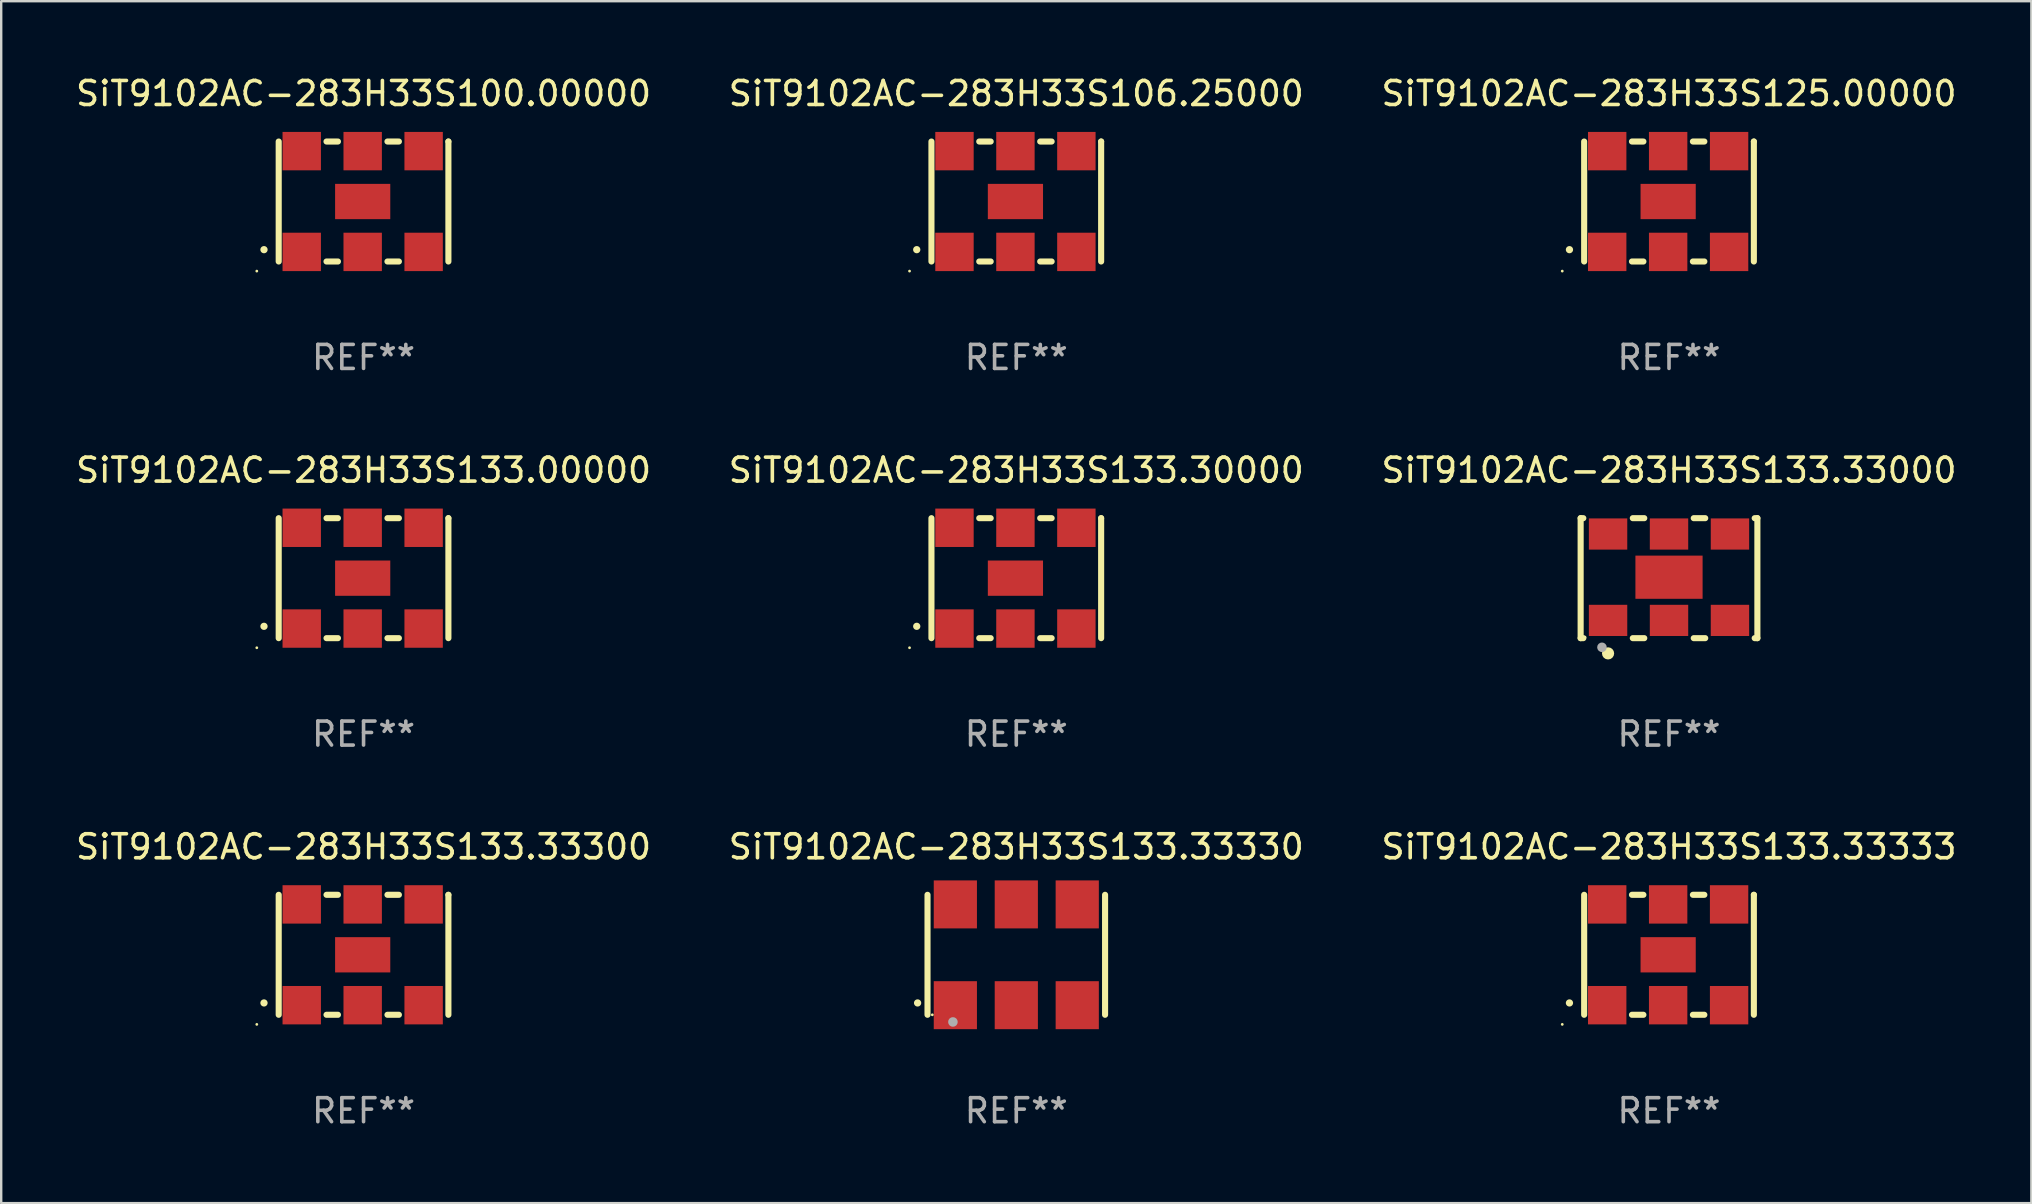
<source format=kicad_pcb>
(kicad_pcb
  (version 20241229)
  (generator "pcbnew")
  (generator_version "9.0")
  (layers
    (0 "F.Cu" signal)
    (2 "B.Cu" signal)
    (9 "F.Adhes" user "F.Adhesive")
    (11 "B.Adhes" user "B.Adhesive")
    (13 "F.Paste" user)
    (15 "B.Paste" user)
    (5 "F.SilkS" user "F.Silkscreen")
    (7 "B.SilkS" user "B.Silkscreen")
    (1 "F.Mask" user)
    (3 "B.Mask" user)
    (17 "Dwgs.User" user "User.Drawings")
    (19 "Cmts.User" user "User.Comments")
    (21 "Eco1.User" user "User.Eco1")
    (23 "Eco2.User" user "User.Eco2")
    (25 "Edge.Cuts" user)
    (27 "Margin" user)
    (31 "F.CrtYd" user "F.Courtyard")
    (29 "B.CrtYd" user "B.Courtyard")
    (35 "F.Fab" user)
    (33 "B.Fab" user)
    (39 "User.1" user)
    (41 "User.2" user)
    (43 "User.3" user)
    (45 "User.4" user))
  (footprint "SiT9102AC-283H33S133.00000"
    (layer "F.Cu")
    (at 12.101 21.045)
    (property "Reference" "SiT9102AC-283H33S133.00000" (at 0 -4.5 0) (layer "F.SilkS") (effects (font (size 1 1) (thickness 0.15))))
    (attr through_hole)
    (fp_line (start -3.536 -2.5) (end -3.536 2.5) (stroke (width 0.254) (type solid)) (layer "F.SilkS"))
    (fp_line (start -1.544 2.5) (end -1.067 2.5) (stroke (width 0.254) (type solid)) (layer "F.SilkS"))
    (fp_line (start -1.067 -2.5) (end -1.544 -2.5) (stroke (width 0.254) (type solid)) (layer "F.SilkS"))
    (fp_line (start 0.996 2.5) (end 1.473 2.5) (stroke (width 0.254) (type solid)) (layer "F.SilkS"))
    (fp_line (start 1.473 -2.5) (end 0.996 -2.5) (stroke (width 0.254) (type solid)) (layer "F.SilkS"))
    (fp_line (start 3.536 -2.5) (end 3.536 -2.5) (stroke (width 0.254) (type solid)) (layer "F.SilkS"))
    (fp_line (start 3.536 2.5) (end 3.536 -2.5) (stroke (width 0.254) (type solid)) (layer "F.SilkS"))
    (fp_arc (start -4.150432 2.006604) (mid -4.149162 2.006599) (end -4.147892 2.006604) (stroke (width 0.3) (type solid)) (layer "F.SilkS"))
    (fp_circle (center -4.449 2.9) (end -4.419 2.9) (stroke (width 0.06) (type solid)) (fill no) (layer "F.SilkS"))
    (fp_text user "REF**" (at 0 6.5 0) (layer "F.Fab") (effects (font (size 1 1) (thickness 0.15))))
    (pad "1" smd rect (at -2.576 2.1) (size 1.6 1.6) (layers "F.Cu" "F.Mask" "F.Paste"))
    (pad "2" smd rect (at -0.036 2.1) (size 1.6 1.6) (layers "F.Cu" "F.Mask" "F.Paste"))
    (pad "3" smd rect (at 2.504 2.1) (size 1.6 1.6) (layers "F.Cu" "F.Mask" "F.Paste"))
    (pad "4" smd rect (at 2.504 -2.1) (size 1.6 1.6) (layers "F.Cu" "F.Mask" "F.Paste"))
    (pad "5" smd rect (at -0.036 -2.1) (size 1.6 1.6) (layers "F.Cu" "F.Mask" "F.Paste"))
    (pad "6" smd rect (at -2.576 -2.1) (size 1.6 1.6) (layers "F.Cu" "F.Mask" "F.Paste"))
    (pad "7" smd rect (at -0.036 0) (size 2.3 1.47) (layers "F.Cu" "F.Mask" "F.Paste")))
  (footprint "SiT9102AC-283H33S133.33330"
    (layer "F.Cu")
    (at 39.304 36.741)
    (property "Reference" "SiT9102AC-283H33S133.33330" (at 0 -4.5 0) (layer "F.SilkS") (effects (font (size 1 1) (thickness 0.15))))
    (attr through_hole)
    (fp_line (start -3.7 -2.5) (end -3.7 2.5) (stroke (width 0.254) (type solid)) (layer "F.SilkS"))
    (fp_line (start 3.7 -2.5) (end 3.7 2.5) (stroke (width 0.254) (type solid)) (layer "F.SilkS"))
    (fp_arc (start -4.114415 2.006604) (mid -4.113145 2.006599) (end -4.111875 2.006604) (stroke (width 0.3) (type solid)) (layer "F.SilkS"))
    (fp_circle (center -3.5 2.501) (end -3.47 2.501) (stroke (width 0.06) (type solid)) (fill no) (layer "F.SilkS"))
    (fp_circle (center -2.641 2.799) (end -2.541 2.799) (stroke (width 0.2) (type solid)) (fill no) (layer "F.Fab"))
    (fp_text user "REF**" (at 0 6.5 0) (layer "F.Fab") (effects (font (size 1 1) (thickness 0.15))))
    (pad "1" smd rect (at -2.54 2.1) (size 1.8 2) (layers "F.Cu" "F.Mask" "F.Paste"))
    (pad "2" smd rect (at 0.000394 2.1) (size 1.8 2) (layers "F.Cu" "F.Mask" "F.Paste"))
    (pad "3" smd rect (at 2.54 2.1) (size 1.8 2) (layers "F.Cu" "F.Mask" "F.Paste"))
    (pad "4" smd rect (at 2.54 -2.1) (size 1.8 2) (layers "F.Cu" "F.Mask" "F.Paste"))
    (pad "5" smd rect (at 0.000394 -2.1) (size 1.8 2) (layers "F.Cu" "F.Mask" "F.Paste"))
    (pad "6" smd rect (at -2.54 -2.1) (size 1.8 2) (layers "F.Cu" "F.Mask" "F.Paste")))
  (footprint "SiT9102AC-283H33S106.25000"
    (layer "F.Cu")
    (at 39.304 5.348)
    (property "Reference" "SiT9102AC-283H33S106.25000" (at 0 -4.5 0) (layer "F.SilkS") (effects (font (size 1 1) (thickness 0.15))))
    (attr through_hole)
    (fp_line (start -3.536 -2.5) (end -3.536 2.5) (stroke (width 0.254) (type solid)) (layer "F.SilkS"))
    (fp_line (start -1.544 2.5) (end -1.067 2.5) (stroke (width 0.254) (type solid)) (layer "F.SilkS"))
    (fp_line (start -1.067 -2.5) (end -1.544 -2.5) (stroke (width 0.254) (type solid)) (layer "F.SilkS"))
    (fp_line (start 0.996 2.5) (end 1.473 2.5) (stroke (width 0.254) (type solid)) (layer "F.SilkS"))
    (fp_line (start 1.473 -2.5) (end 0.996 -2.5) (stroke (width 0.254) (type solid)) (layer "F.SilkS"))
    (fp_line (start 3.536 -2.5) (end 3.536 -2.5) (stroke (width 0.254) (type solid)) (layer "F.SilkS"))
    (fp_line (start 3.536 2.5) (end 3.536 -2.5) (stroke (width 0.254) (type solid)) (layer "F.SilkS"))
    (fp_arc (start -4.150432 2.006604) (mid -4.149162 2.006599) (end -4.147892 2.006604) (stroke (width 0.3) (type solid)) (layer "F.SilkS"))
    (fp_circle (center -4.449 2.9) (end -4.419 2.9) (stroke (width 0.06) (type solid)) (fill no) (layer "F.SilkS"))
    (fp_text user "REF**" (at 0 6.5 0) (layer "F.Fab") (effects (font (size 1 1) (thickness 0.15))))
    (pad "1" smd rect (at -2.576 2.1) (size 1.6 1.6) (layers "F.Cu" "F.Mask" "F.Paste"))
    (pad "2" smd rect (at -0.036 2.1) (size 1.6 1.6) (layers "F.Cu" "F.Mask" "F.Paste"))
    (pad "3" smd rect (at 2.504 2.1) (size 1.6 1.6) (layers "F.Cu" "F.Mask" "F.Paste"))
    (pad "4" smd rect (at 2.504 -2.1) (size 1.6 1.6) (layers "F.Cu" "F.Mask" "F.Paste"))
    (pad "5" smd rect (at -0.036 -2.1) (size 1.6 1.6) (layers "F.Cu" "F.Mask" "F.Paste"))
    (pad "6" smd rect (at -2.576 -2.1) (size 1.6 1.6) (layers "F.Cu" "F.Mask" "F.Paste"))
    (pad "7" smd rect (at -0.036 0) (size 2.3 1.47) (layers "F.Cu" "F.Mask" "F.Paste")))
  (footprint "SiT9102AC-283H33S133.33300"
    (layer "F.Cu")
    (at 12.101 36.741)
    (property "Reference" "SiT9102AC-283H33S133.33300" (at 0 -4.5 0) (layer "F.SilkS") (effects (font (size 1 1) (thickness 0.15))))
    (attr through_hole)
    (fp_line (start -3.536 -2.5) (end -3.536 2.5) (stroke (width 0.254) (type solid)) (layer "F.SilkS"))
    (fp_line (start -1.544 2.5) (end -1.067 2.5) (stroke (width 0.254) (type solid)) (layer "F.SilkS"))
    (fp_line (start -1.067 -2.5) (end -1.544 -2.5) (stroke (width 0.254) (type solid)) (layer "F.SilkS"))
    (fp_line (start 0.996 2.5) (end 1.473 2.5) (stroke (width 0.254) (type solid)) (layer "F.SilkS"))
    (fp_line (start 1.473 -2.5) (end 0.996 -2.5) (stroke (width 0.254) (type solid)) (layer "F.SilkS"))
    (fp_line (start 3.536 -2.5) (end 3.536 -2.5) (stroke (width 0.254) (type solid)) (layer "F.SilkS"))
    (fp_line (start 3.536 2.5) (end 3.536 -2.5) (stroke (width 0.254) (type solid)) (layer "F.SilkS"))
    (fp_arc (start -4.150432 2.006604) (mid -4.149162 2.006599) (end -4.147892 2.006604) (stroke (width 0.3) (type solid)) (layer "F.SilkS"))
    (fp_circle (center -4.449 2.9) (end -4.419 2.9) (stroke (width 0.06) (type solid)) (fill no) (layer "F.SilkS"))
    (fp_text user "REF**" (at 0 6.5 0) (layer "F.Fab") (effects (font (size 1 1) (thickness 0.15))))
    (pad "1" smd rect (at -2.576 2.1) (size 1.6 1.6) (layers "F.Cu" "F.Mask" "F.Paste"))
    (pad "2" smd rect (at -0.036 2.1) (size 1.6 1.6) (layers "F.Cu" "F.Mask" "F.Paste"))
    (pad "3" smd rect (at 2.504 2.1) (size 1.6 1.6) (layers "F.Cu" "F.Mask" "F.Paste"))
    (pad "4" smd rect (at 2.504 -2.1) (size 1.6 1.6) (layers "F.Cu" "F.Mask" "F.Paste"))
    (pad "5" smd rect (at -0.036 -2.1) (size 1.6 1.6) (layers "F.Cu" "F.Mask" "F.Paste"))
    (pad "6" smd rect (at -2.576 -2.1) (size 1.6 1.6) (layers "F.Cu" "F.Mask" "F.Paste"))
    (pad "7" smd rect (at -0.036 0) (size 2.3 1.47) (layers "F.Cu" "F.Mask" "F.Paste")))
  (footprint "SiT9102AC-283H33S133.33000"
    (layer "F.Cu")
    (at 66.506 21.045)
    (property "Reference" "SiT9102AC-283H33S133.33000" (at 0 -4.5 0) (layer "F.SilkS") (effects (font (size 1 1) (thickness 0.15))))
    (attr through_hole)
    (fp_line (start -3.683 -2.5) (end -3.571 -2.5) (stroke (width 0.254) (type solid)) (layer "F.SilkS"))
    (fp_line (start -3.683 2.5) (end -3.683 -2.5) (stroke (width 0.254) (type solid)) (layer "F.SilkS"))
    (fp_line (start -3.683 2.5) (end -3.571 2.5) (stroke (width 0.254) (type solid)) (layer "F.SilkS"))
    (fp_line (start -1.509 -2.5) (end -1.031 -2.5) (stroke (width 0.254) (type solid)) (layer "F.SilkS"))
    (fp_line (start -1.509 2.5) (end -1.031 2.5) (stroke (width 0.254) (type solid)) (layer "F.SilkS"))
    (fp_line (start 1.031 -2.5) (end 1.509 -2.5) (stroke (width 0.254) (type solid)) (layer "F.SilkS"))
    (fp_line (start 1.031 2.5) (end 1.509 2.5) (stroke (width 0.254) (type solid)) (layer "F.SilkS"))
    (fp_line (start 3.571 -2.5) (end 3.683 -2.5) (stroke (width 0.254) (type solid)) (layer "F.SilkS"))
    (fp_line (start 3.571 2.5) (end 3.683 2.5) (stroke (width 0.254) (type solid)) (layer "F.SilkS"))
    (fp_line (start 3.683 2.5) (end 3.683 -2.5) (stroke (width 0.254) (type solid)) (layer "F.SilkS"))
    (fp_circle (center -3.5 2.46) (end -3.47 2.46) (stroke (width 0.06) (type solid)) (fill no) (layer "F.SilkS"))
    (fp_circle (center -2.54 3.135) (end -2.413 3.135) (stroke (width 0.254) (type solid)) (fill no) (layer "F.SilkS"))
    (fp_circle (center -2.794 2.881) (end -2.694 2.881) (stroke (width 0.2) (type solid)) (fill no) (layer "F.Fab"))
    (fp_text user "REF**" (at 0 6.5 0) (layer "F.Fab") (effects (font (size 1 1) (thickness 0.15))))
    (pad "1" smd rect (at -2.54 1.76) (size 1.6 1.3) (layers "F.Cu" "F.Mask" "F.Paste"))
    (pad "2" smd rect (at 0 1.76) (size 1.6 1.3) (layers "F.Cu" "F.Mask" "F.Paste"))
    (pad "3" smd rect (at 2.54 1.76) (size 1.6 1.3) (layers "F.Cu" "F.Mask" "F.Paste"))
    (pad "4" smd rect (at 2.54 -1.84) (size 1.6 1.3) (layers "F.Cu" "F.Mask" "F.Paste"))
    (pad "5" smd rect (at 0 -1.84) (size 1.6 1.3) (layers "F.Cu" "F.Mask" "F.Paste"))
    (pad "6" smd rect (at -2.54 -1.84) (size 1.6 1.3) (layers "F.Cu" "F.Mask" "F.Paste"))
    (pad "7" smd rect (at 0 -0.04) (size 2.8 1.8) (layers "F.Cu" "F.Mask" "F.Paste")))
  (footprint "SiT9102AC-283H33S133.33333"
    (layer "F.Cu")
    (at 66.506 36.741)
    (property "Reference" "SiT9102AC-283H33S133.33333" (at 0 -4.5 0) (layer "F.SilkS") (effects (font (size 1 1) (thickness 0.15))))
    (attr through_hole)
    (fp_line (start -3.536 -2.5) (end -3.536 2.5) (stroke (width 0.254) (type solid)) (layer "F.SilkS"))
    (fp_line (start -1.544 2.5) (end -1.067 2.5) (stroke (width 0.254) (type solid)) (layer "F.SilkS"))
    (fp_line (start -1.067 -2.5) (end -1.544 -2.5) (stroke (width 0.254) (type solid)) (layer "F.SilkS"))
    (fp_line (start 0.996 2.5) (end 1.473 2.5) (stroke (width 0.254) (type solid)) (layer "F.SilkS"))
    (fp_line (start 1.473 -2.5) (end 0.996 -2.5) (stroke (width 0.254) (type solid)) (layer "F.SilkS"))
    (fp_line (start 3.536 -2.5) (end 3.536 -2.5) (stroke (width 0.254) (type solid)) (layer "F.SilkS"))
    (fp_line (start 3.536 2.5) (end 3.536 -2.5) (stroke (width 0.254) (type solid)) (layer "F.SilkS"))
    (fp_arc (start -4.150432 2.006604) (mid -4.149162 2.006599) (end -4.147892 2.006604) (stroke (width 0.3) (type solid)) (layer "F.SilkS"))
    (fp_circle (center -4.449 2.9) (end -4.419 2.9) (stroke (width 0.06) (type solid)) (fill no) (layer "F.SilkS"))
    (fp_text user "REF**" (at 0 6.5 0) (layer "F.Fab") (effects (font (size 1 1) (thickness 0.15))))
    (pad "1" smd rect (at -2.576 2.1) (size 1.6 1.6) (layers "F.Cu" "F.Mask" "F.Paste"))
    (pad "2" smd rect (at -0.036 2.1) (size 1.6 1.6) (layers "F.Cu" "F.Mask" "F.Paste"))
    (pad "3" smd rect (at 2.504 2.1) (size 1.6 1.6) (layers "F.Cu" "F.Mask" "F.Paste"))
    (pad "4" smd rect (at 2.504 -2.1) (size 1.6 1.6) (layers "F.Cu" "F.Mask" "F.Paste"))
    (pad "5" smd rect (at -0.036 -2.1) (size 1.6 1.6) (layers "F.Cu" "F.Mask" "F.Paste"))
    (pad "6" smd rect (at -2.576 -2.1) (size 1.6 1.6) (layers "F.Cu" "F.Mask" "F.Paste"))
    (pad "7" smd rect (at -0.036 0) (size 2.3 1.47) (layers "F.Cu" "F.Mask" "F.Paste")))
  (footprint "SiT9102AC-283H33S100.00000"
    (layer "F.Cu")
    (at 12.101 5.348)
    (property "Reference" "SiT9102AC-283H33S100.00000" (at 0 -4.5 0) (layer "F.SilkS") (effects (font (size 1 1) (thickness 0.15))))
    (attr through_hole)
    (fp_line (start -3.536 -2.5) (end -3.536 2.5) (stroke (width 0.254) (type solid)) (layer "F.SilkS"))
    (fp_line (start -1.544 2.5) (end -1.067 2.5) (stroke (width 0.254) (type solid)) (layer "F.SilkS"))
    (fp_line (start -1.067 -2.5) (end -1.544 -2.5) (stroke (width 0.254) (type solid)) (layer "F.SilkS"))
    (fp_line (start 0.996 2.5) (end 1.473 2.5) (stroke (width 0.254) (type solid)) (layer "F.SilkS"))
    (fp_line (start 1.473 -2.5) (end 0.996 -2.5) (stroke (width 0.254) (type solid)) (layer "F.SilkS"))
    (fp_line (start 3.536 -2.5) (end 3.536 -2.5) (stroke (width 0.254) (type solid)) (layer "F.SilkS"))
    (fp_line (start 3.536 2.5) (end 3.536 -2.5) (stroke (width 0.254) (type solid)) (layer "F.SilkS"))
    (fp_arc (start -4.150432 2.006604) (mid -4.149162 2.006599) (end -4.147892 2.006604) (stroke (width 0.3) (type solid)) (layer "F.SilkS"))
    (fp_circle (center -4.449 2.9) (end -4.419 2.9) (stroke (width 0.06) (type solid)) (fill no) (layer "F.SilkS"))
    (fp_text user "REF**" (at 0 6.5 0) (layer "F.Fab") (effects (font (size 1 1) (thickness 0.15))))
    (pad "1" smd rect (at -2.576 2.1) (size 1.6 1.6) (layers "F.Cu" "F.Mask" "F.Paste"))
    (pad "2" smd rect (at -0.036 2.1) (size 1.6 1.6) (layers "F.Cu" "F.Mask" "F.Paste"))
    (pad "3" smd rect (at 2.504 2.1) (size 1.6 1.6) (layers "F.Cu" "F.Mask" "F.Paste"))
    (pad "4" smd rect (at 2.504 -2.1) (size 1.6 1.6) (layers "F.Cu" "F.Mask" "F.Paste"))
    (pad "5" smd rect (at -0.036 -2.1) (size 1.6 1.6) (layers "F.Cu" "F.Mask" "F.Paste"))
    (pad "6" smd rect (at -2.576 -2.1) (size 1.6 1.6) (layers "F.Cu" "F.Mask" "F.Paste"))
    (pad "7" smd rect (at -0.036 0) (size 2.3 1.47) (layers "F.Cu" "F.Mask" "F.Paste")))
  (footprint "SiT9102AC-283H33S133.30000"
    (layer "F.Cu")
    (at 39.304 21.045)
    (property "Reference" "SiT9102AC-283H33S133.30000" (at 0 -4.5 0) (layer "F.SilkS") (effects (font (size 1 1) (thickness 0.15))))
    (attr through_hole)
    (fp_line (start -3.536 -2.5) (end -3.536 2.5) (stroke (width 0.254) (type solid)) (layer "F.SilkS"))
    (fp_line (start -1.544 2.5) (end -1.067 2.5) (stroke (width 0.254) (type solid)) (layer "F.SilkS"))
    (fp_line (start -1.067 -2.5) (end -1.544 -2.5) (stroke (width 0.254) (type solid)) (layer "F.SilkS"))
    (fp_line (start 0.996 2.5) (end 1.473 2.5) (stroke (width 0.254) (type solid)) (layer "F.SilkS"))
    (fp_line (start 1.473 -2.5) (end 0.996 -2.5) (stroke (width 0.254) (type solid)) (layer "F.SilkS"))
    (fp_line (start 3.536 -2.5) (end 3.536 -2.5) (stroke (width 0.254) (type solid)) (layer "F.SilkS"))
    (fp_line (start 3.536 2.5) (end 3.536 -2.5) (stroke (width 0.254) (type solid)) (layer "F.SilkS"))
    (fp_arc (start -4.150432 2.006604) (mid -4.149162 2.006599) (end -4.147892 2.006604) (stroke (width 0.3) (type solid)) (layer "F.SilkS"))
    (fp_circle (center -4.449 2.9) (end -4.419 2.9) (stroke (width 0.06) (type solid)) (fill no) (layer "F.SilkS"))
    (fp_text user "REF**" (at 0 6.5 0) (layer "F.Fab") (effects (font (size 1 1) (thickness 0.15))))
    (pad "1" smd rect (at -2.576 2.1) (size 1.6 1.6) (layers "F.Cu" "F.Mask" "F.Paste"))
    (pad "2" smd rect (at -0.036 2.1) (size 1.6 1.6) (layers "F.Cu" "F.Mask" "F.Paste"))
    (pad "3" smd rect (at 2.504 2.1) (size 1.6 1.6) (layers "F.Cu" "F.Mask" "F.Paste"))
    (pad "4" smd rect (at 2.504 -2.1) (size 1.6 1.6) (layers "F.Cu" "F.Mask" "F.Paste"))
    (pad "5" smd rect (at -0.036 -2.1) (size 1.6 1.6) (layers "F.Cu" "F.Mask" "F.Paste"))
    (pad "6" smd rect (at -2.576 -2.1) (size 1.6 1.6) (layers "F.Cu" "F.Mask" "F.Paste"))
    (pad "7" smd rect (at -0.036 0) (size 2.3 1.47) (layers "F.Cu" "F.Mask" "F.Paste")))
  (footprint "SiT9102AC-283H33S125.00000"
    (layer "F.Cu")
    (at 66.506 5.348)
    (property "Reference" "SiT9102AC-283H33S125.00000" (at 0 -4.5 0) (layer "F.SilkS") (effects (font (size 1 1) (thickness 0.15))))
    (attr through_hole)
    (fp_line (start -3.536 -2.5) (end -3.536 2.5) (stroke (width 0.254) (type solid)) (layer "F.SilkS"))
    (fp_line (start -1.544 2.5) (end -1.067 2.5) (stroke (width 0.254) (type solid)) (layer "F.SilkS"))
    (fp_line (start -1.067 -2.5) (end -1.544 -2.5) (stroke (width 0.254) (type solid)) (layer "F.SilkS"))
    (fp_line (start 0.996 2.5) (end 1.473 2.5) (stroke (width 0.254) (type solid)) (layer "F.SilkS"))
    (fp_line (start 1.473 -2.5) (end 0.996 -2.5) (stroke (width 0.254) (type solid)) (layer "F.SilkS"))
    (fp_line (start 3.536 -2.5) (end 3.536 -2.5) (stroke (width 0.254) (type solid)) (layer "F.SilkS"))
    (fp_line (start 3.536 2.5) (end 3.536 -2.5) (stroke (width 0.254) (type solid)) (layer "F.SilkS"))
    (fp_arc (start -4.150432 2.006604) (mid -4.149162 2.006599) (end -4.147892 2.006604) (stroke (width 0.3) (type solid)) (layer "F.SilkS"))
    (fp_circle (center -4.449 2.9) (end -4.419 2.9) (stroke (width 0.06) (type solid)) (fill no) (layer "F.SilkS"))
    (fp_text user "REF**" (at 0 6.5 0) (layer "F.Fab") (effects (font (size 1 1) (thickness 0.15))))
    (pad "1" smd rect (at -2.576 2.1) (size 1.6 1.6) (layers "F.Cu" "F.Mask" "F.Paste"))
    (pad "2" smd rect (at -0.036 2.1) (size 1.6 1.6) (layers "F.Cu" "F.Mask" "F.Paste"))
    (pad "3" smd rect (at 2.504 2.1) (size 1.6 1.6) (layers "F.Cu" "F.Mask" "F.Paste"))
    (pad "4" smd rect (at 2.504 -2.1) (size 1.6 1.6) (layers "F.Cu" "F.Mask" "F.Paste"))
    (pad "5" smd rect (at -0.036 -2.1) (size 1.6 1.6) (layers "F.Cu" "F.Mask" "F.Paste"))
    (pad "6" smd rect (at -2.576 -2.1) (size 1.6 1.6) (layers "F.Cu" "F.Mask" "F.Paste"))
    (pad "7" smd rect (at -0.036 0) (size 2.3 1.47) (layers "F.Cu" "F.Mask" "F.Paste")))
  (gr_rect
    (start -3 -3)
    (end 81.607 47.09)
    (stroke (width 0.1) (type default))
    (fill no)
    (layer "Edge.Cuts")))
</source>
